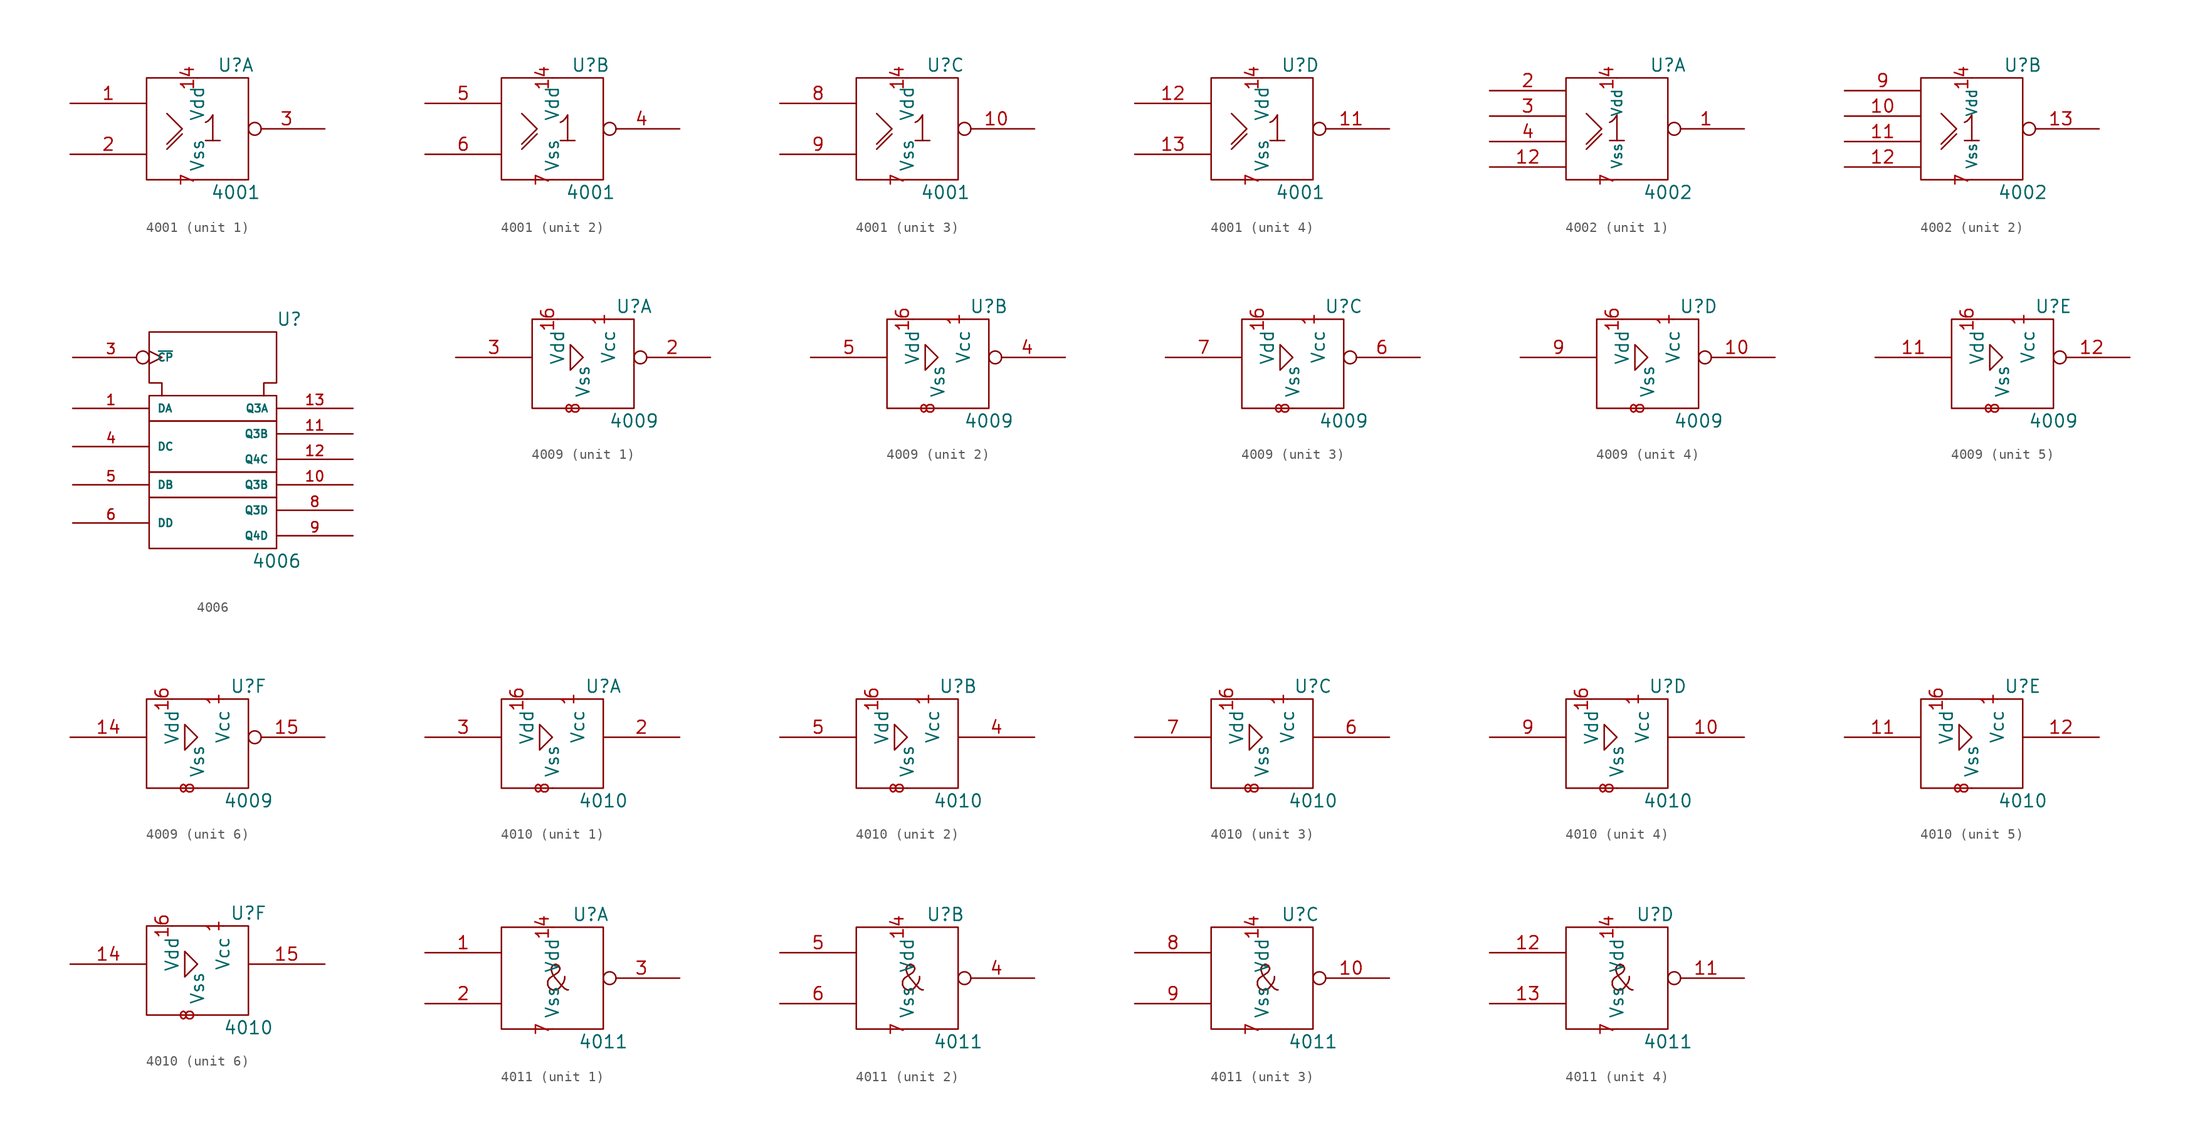
<source format=kicad_sym>
(kicad_symbol_lib
  (version 20201005)
  (generator kicad_symbol_editor)
  (symbol "4001"
    (pin_names
      (offset 0.762))
    (property "Reference" "U"
      (at 3.81 6.35 0)
      (effects (font (size 1.27 1.27))))
    (property "Value" "4001"
      (at 3.81 -6.35 0)
      (effects (font (size 1.27 1.27))))
    (symbol "4001_0_0"
      (text "1" (at 1.524 0 0) (effects (font (size 2.54 2.54))))
      (rectangle (start -5.08 5.08) (end 5.08 -5.08) (stroke (width 0)) (fill (type none)))
      (pin power_in line (at 0 5.08 270) (length 0) (name "Vdd" (effects (font (size 1.27 1.27)))) (number "14" (effects (font (size 1.27 1.27)))))
      (pin power_in line (at 0 -5.08 90) (length 0) (name "Vss" (effects (font (size 1.27 1.27)))) (number "7" (effects (font (size 1.27 1.27))))))
    (symbol "4001_0_1"
      (polyline (pts (xy -3.048 -2.032) (xy -1.524 -0.508) (xy -1.524 -0.508)) (stroke (width 0)) (fill (type none)))
      (polyline (pts (xy -3.048 1.524) (xy -1.524 0) (xy -3.048 -1.524) (xy -3.048 -1.524)) (stroke (width 0)) (fill (type none))))
    (symbol "4001_1_1"
      (pin input line (at -12.7 2.54 0) (length 7.62) (name "~" (effects (font (size 1.27 1.27)))) (number "1" (effects (font (size 1.27 1.27)))))
      (pin input line (at -12.7 -2.54 0) (length 7.62) (name "~" (effects (font (size 1.27 1.27)))) (number "2" (effects (font (size 1.27 1.27)))))
      (pin output inverted (at 12.7 0 180) (length 7.62) (name "~" (effects (font (size 1.27 1.27)))) (number "3" (effects (font (size 1.27 1.27))))))
    (symbol "4001_2_1"
      (pin output inverted (at 12.7 0 180) (length 7.62) (name "~" (effects (font (size 1.27 1.27)))) (number "4" (effects (font (size 1.27 1.27)))))
      (pin input line (at -12.7 2.54 0) (length 7.62) (name "~" (effects (font (size 1.27 1.27)))) (number "5" (effects (font (size 1.27 1.27)))))
      (pin input line (at -12.7 -2.54 0) (length 7.62) (name "~" (effects (font (size 1.27 1.27)))) (number "6" (effects (font (size 1.27 1.27))))))
    (symbol "4001_3_1"
      (pin output inverted (at 12.7 0 180) (length 7.62) (name "~" (effects (font (size 1.27 1.27)))) (number "10" (effects (font (size 1.27 1.27)))))
      (pin input line (at -12.7 2.54 0) (length 7.62) (name "~" (effects (font (size 1.27 1.27)))) (number "8" (effects (font (size 1.27 1.27)))))
      (pin input line (at -12.7 -2.54 0) (length 7.62) (name "~" (effects (font (size 1.27 1.27)))) (number "9" (effects (font (size 1.27 1.27))))))
    (symbol "4001_4_1"
      (pin output inverted (at 12.7 0 180) (length 7.62) (name "~" (effects (font (size 1.27 1.27)))) (number "11" (effects (font (size 1.27 1.27)))))
      (pin input line (at -12.7 2.54 0) (length 7.62) (name "~" (effects (font (size 1.27 1.27)))) (number "12" (effects (font (size 1.27 1.27)))))
      (pin input line (at -12.7 -2.54 0) (length 7.62) (name "~" (effects (font (size 1.27 1.27)))) (number "13" (effects (font (size 1.27 1.27)))))))
  (symbol "4002"
    (pin_names
      (offset 1.016))
    (property "Reference" "U"
      (at 5.08 6.35 0)
      (effects (font (size 1.27 1.27))))
    (property "Value" "4002"
      (at 5.08 -6.35 0)
      (effects (font (size 1.27 1.27))))
    (symbol "4002_0_0"
      (text "1" (at 0 0 0) (effects (font (size 2.54 2.54))))
      (polyline (pts (xy -3.048 -2.032) (xy -1.524 -0.508) (xy -1.524 -0.508)) (stroke (width 0)) (fill (type none)))
      (polyline (pts (xy -3.048 1.524) (xy -1.524 0) (xy -3.048 -1.524) (xy -3.048 -1.524)) (stroke (width 0)) (fill (type none))))
    (symbol "4002_0_1"
      (rectangle (start -5.08 5.08) (end 5.08 -5.08) (stroke (width 0)) (fill (type none)))
      (pin power_in line (at 0 5.08 270) (length 0) (name "Vdd" (effects (font (size 1.016 1.016)))) (number "14" (effects (font (size 1.27 1.27)))))
      (pin power_in line (at 0 -5.08 90) (length 0) (name "Vss" (effects (font (size 1.016 1.016)))) (number "7" (effects (font (size 1.27 1.27))))))
    (symbol "4002_1_1"
      (pin output inverted (at 12.7 0 180) (length 7.62) (name "~" (effects (font (size 1.27 1.27)))) (number "1" (effects (font (size 1.27 1.27)))))
      (pin power_in line (at -12.7 -3.81 0) (length 7.62) (name "~" (effects (font (size 1.016 1.016)))) (number "12" (effects (font (size 1.27 1.27)))))
      (pin input line (at -12.7 3.81 0) (length 7.62) (name "~" (effects (font (size 1.27 1.27)))) (number "2" (effects (font (size 1.27 1.27)))))
      (pin input line (at -12.7 1.27 0) (length 7.62) (name "~" (effects (font (size 1.27 1.27)))) (number "3" (effects (font (size 1.27 1.27)))))
      (pin input line (at -12.7 -1.27 0) (length 7.62) (name "~" (effects (font (size 1.27 1.27)))) (number "4" (effects (font (size 1.27 1.27))))))
    (symbol "4002_2_1"
      (pin input line (at -12.7 1.27 0) (length 7.62) (name "~" (effects (font (size 1.27 1.27)))) (number "10" (effects (font (size 1.27 1.27)))))
      (pin input line (at -12.7 -1.27 0) (length 7.62) (name "~" (effects (font (size 1.27 1.27)))) (number "11" (effects (font (size 1.27 1.27)))))
      (pin power_in line (at -12.7 -3.81 0) (length 7.62) (name "~" (effects (font (size 1.016 1.016)))) (number "12" (effects (font (size 1.27 1.27)))))
      (pin output inverted (at 12.7 0 180) (length 7.62) (name "~" (effects (font (size 1.27 1.27)))) (number "13" (effects (font (size 1.27 1.27)))))
      (pin input line (at -12.7 3.81 0) (length 7.62) (name "~" (effects (font (size 1.27 1.27)))) (number "9" (effects (font (size 1.27 1.27)))))))
  (symbol "4006"
    (pin_names
      (offset 0.762))
    (property "Reference" "U"
      (at 7.62 8.89 0)
      (effects (font (size 1.27 1.27))))
    (property "Value" "4006"
      (at 6.35 -15.24 0)
      (effects (font (size 1.27 1.27))))
    (symbol "4006_0_0"
      (rectangle (start -6.35 -8.89) (end 6.35 -13.97) (stroke (width 0)) (fill (type none)))
      (rectangle (start -6.35 -6.35) (end 6.35 -8.89) (stroke (width 0)) (fill (type none)))
      (rectangle (start -6.35 -1.27) (end 6.35 -6.35) (stroke (width 0)) (fill (type none)))
      (rectangle (start -6.35 1.27) (end 6.35 -1.27) (stroke (width 0)) (fill (type none)))
      (polyline (pts (xy -5.08 1.27) (xy -5.08 2.54) (xy -6.35 2.54) (xy -6.35 7.62) (xy 6.35 7.62) (xy 6.35 2.54) (xy 5.08 2.54) (xy 5.08 1.27) (xy 5.08 1.27)) (stroke (width 0)) (fill (type none))))
    (symbol "4006_0_1"
      (pin power_in line (at 0 7.62 270) (length 0) hide (name "Vdd" (effects (font (size 0.762 0.762)))) (number "14" (effects (font (size 1.016 1.016)))))
      (pin power_in line (at 5.08 7.62 270) (length 0) hide (name "Vss" (effects (font (size 0.762 0.762)))) (number "7" (effects (font (size 1.016 1.016))))))
    (symbol "4006_1_1"
      (pin input line (at -13.97 0 0) (length 7.62) (name "DA" (effects (font (size 0.762 0.762)))) (number "1" (effects (font (size 1.016 1.016)))))
      (pin output line (at 13.97 -7.62 180) (length 7.62) (name "Q3B" (effects (font (size 0.762 0.762)))) (number "10" (effects (font (size 1.016 1.016)))))
      (pin output line (at 13.97 -2.54 180) (length 7.62) (name "Q3B" (effects (font (size 0.762 0.762)))) (number "11" (effects (font (size 1.016 1.016)))))
      (pin output line (at 13.97 -5.08 180) (length 7.62) (name "Q4C" (effects (font (size 0.762 0.762)))) (number "12" (effects (font (size 1.016 1.016)))))
      (pin output line (at 13.97 0 180) (length 7.62) (name "Q3A" (effects (font (size 0.762 0.762)))) (number "13" (effects (font (size 1.016 1.016)))))
      (pin input inverted_clock (at -13.97 5.08 0) (length 7.62) (name "~CP" (effects (font (size 0.762 0.762)))) (number "3" (effects (font (size 1.016 1.016)))))
      (pin input line (at -13.97 -3.81 0) (length 7.62) (name "DC" (effects (font (size 0.762 0.762)))) (number "4" (effects (font (size 1.016 1.016)))))
      (pin input line (at -13.97 -7.62 0) (length 7.62) (name "DB" (effects (font (size 0.762 0.762)))) (number "5" (effects (font (size 1.016 1.016)))))
      (pin input line (at -13.97 -11.43 0) (length 7.62) (name "DD" (effects (font (size 0.762 0.762)))) (number "6" (effects (font (size 1.016 1.016)))))
      (pin output line (at 13.97 -10.16 180) (length 7.62) (name "Q3D" (effects (font (size 0.762 0.762)))) (number "8" (effects (font (size 1.016 1.016)))))
      (pin output line (at 13.97 -12.7 180) (length 7.62) (name "Q4D" (effects (font (size 0.762 0.762)))) (number "9" (effects (font (size 1.016 1.016)))))))
  (symbol "4009"
    (pin_names
      (offset 1.016))
    (property "Reference" "U"
      (at 5.08 5.08 0)
      (effects (font (size 1.27 1.27))))
    (property "Value" "4009"
      (at 5.08 -6.35 0)
      (effects (font (size 1.27 1.27))))
    (symbol "4009_0_0"
      (rectangle (start -5.08 3.81) (end 5.08 -5.08) (stroke (width 0)) (fill (type none)))
      (polyline (pts (xy -1.27 1.27) (xy -1.27 -1.27) (xy 0 0) (xy -1.27 1.27) (xy -1.27 1.27)) (stroke (width 0)) (fill (type none))))
    (symbol "4009_0_1"
      (pin power_in line (at 2.54 3.81 270) (length 0) (name "Vcc" (effects (font (size 1.27 1.27)))) (number "1" (effects (font (size 1.27 1.27)))))
      (pin power_in line (at -2.54 3.81 270) (length 0) (name "Vdd" (effects (font (size 1.27 1.27)))) (number "16" (effects (font (size 1.27 1.27)))))
      (pin power_in line (at 0 -5.08 90) (length 0) (name "Vss" (effects (font (size 1.27 1.27)))) (number "8" (effects (font (size 1.27 1.27))))))
    (symbol "4009_1_1"
      (pin output inverted (at 12.7 0 180) (length 7.62) (name "~" (effects (font (size 1.27 1.27)))) (number "2" (effects (font (size 1.27 1.27)))))
      (pin input line (at -12.7 0 0) (length 7.62) (name "~" (effects (font (size 1.27 1.27)))) (number "3" (effects (font (size 1.27 1.27))))))
    (symbol "4009_2_1"
      (pin output inverted (at 12.7 0 180) (length 7.62) (name "~" (effects (font (size 1.27 1.27)))) (number "4" (effects (font (size 1.27 1.27)))))
      (pin input line (at -12.7 0 0) (length 7.62) (name "~" (effects (font (size 1.27 1.27)))) (number "5" (effects (font (size 1.27 1.27))))))
    (symbol "4009_3_1"
      (pin output inverted (at 12.7 0 180) (length 7.62) (name "~" (effects (font (size 1.27 1.27)))) (number "6" (effects (font (size 1.27 1.27)))))
      (pin input line (at -12.7 0 0) (length 7.62) (name "~" (effects (font (size 1.27 1.27)))) (number "7" (effects (font (size 1.27 1.27))))))
    (symbol "4009_4_1"
      (pin output inverted (at 12.7 0 180) (length 7.62) (name "~" (effects (font (size 1.27 1.27)))) (number "10" (effects (font (size 1.27 1.27)))))
      (pin input line (at -12.7 0 0) (length 7.62) (name "~" (effects (font (size 1.27 1.27)))) (number "9" (effects (font (size 1.27 1.27))))))
    (symbol "4009_5_1"
      (pin input line (at -12.7 0 0) (length 7.62) (name "~" (effects (font (size 1.27 1.27)))) (number "11" (effects (font (size 1.27 1.27)))))
      (pin output inverted (at 12.7 0 180) (length 7.62) (name "~" (effects (font (size 1.27 1.27)))) (number "12" (effects (font (size 1.27 1.27))))))
    (symbol "4009_6_1"
      (pin input line (at -12.7 0 0) (length 7.62) (name "~" (effects (font (size 1.27 1.27)))) (number "14" (effects (font (size 1.27 1.27)))))
      (pin output inverted (at 12.7 0 180) (length 7.62) (name "~" (effects (font (size 1.27 1.27)))) (number "15" (effects (font (size 1.27 1.27)))))))
  (symbol "4010"
    (pin_names
      (offset 1.016))
    (property "Reference" "U"
      (at 5.08 5.08 0)
      (effects (font (size 1.27 1.27))))
    (property "Value" "4010"
      (at 5.08 -6.35 0)
      (effects (font (size 1.27 1.27))))
    (symbol "4010_0_0"
      (rectangle (start -5.08 3.81) (end 5.08 -5.08) (stroke (width 0)) (fill (type none)))
      (polyline (pts (xy -1.27 1.27) (xy -1.27 -1.27) (xy 0 0) (xy -1.27 1.27) (xy -1.27 1.27)) (stroke (width 0)) (fill (type none))))
    (symbol "4010_0_1"
      (pin power_in line (at 2.54 3.81 270) (length 0) (name "Vcc" (effects (font (size 1.27 1.27)))) (number "1" (effects (font (size 1.27 1.27)))))
      (pin power_in line (at -2.54 3.81 270) (length 0) (name "Vdd" (effects (font (size 1.27 1.27)))) (number "16" (effects (font (size 1.27 1.27)))))
      (pin power_in line (at 0 -5.08 90) (length 0) (name "Vss" (effects (font (size 1.27 1.27)))) (number "8" (effects (font (size 1.27 1.27))))))
    (symbol "4010_1_1"
      (pin output line (at 12.7 0 180) (length 7.62) (name "~" (effects (font (size 1.27 1.27)))) (number "2" (effects (font (size 1.27 1.27)))))
      (pin input line (at -12.7 0 0) (length 7.62) (name "~" (effects (font (size 1.27 1.27)))) (number "3" (effects (font (size 1.27 1.27))))))
    (symbol "4010_2_1"
      (pin output line (at 12.7 0 180) (length 7.62) (name "~" (effects (font (size 1.27 1.27)))) (number "4" (effects (font (size 1.27 1.27)))))
      (pin input line (at -12.7 0 0) (length 7.62) (name "~" (effects (font (size 1.27 1.27)))) (number "5" (effects (font (size 1.27 1.27))))))
    (symbol "4010_3_1"
      (pin output line (at 12.7 0 180) (length 7.62) (name "~" (effects (font (size 1.27 1.27)))) (number "6" (effects (font (size 1.27 1.27)))))
      (pin input line (at -12.7 0 0) (length 7.62) (name "~" (effects (font (size 1.27 1.27)))) (number "7" (effects (font (size 1.27 1.27))))))
    (symbol "4010_4_1"
      (pin output line (at 12.7 0 180) (length 7.62) (name "~" (effects (font (size 1.27 1.27)))) (number "10" (effects (font (size 1.27 1.27)))))
      (pin input line (at -12.7 0 0) (length 7.62) (name "~" (effects (font (size 1.27 1.27)))) (number "9" (effects (font (size 1.27 1.27))))))
    (symbol "4010_5_1"
      (pin input line (at -12.7 0 0) (length 7.62) (name "~" (effects (font (size 1.27 1.27)))) (number "11" (effects (font (size 1.27 1.27)))))
      (pin output line (at 12.7 0 180) (length 7.62) (name "~" (effects (font (size 1.27 1.27)))) (number "12" (effects (font (size 1.27 1.27))))))
    (symbol "4010_6_1"
      (pin input line (at -12.7 0 0) (length 7.62) (name "~" (effects (font (size 1.27 1.27)))) (number "14" (effects (font (size 1.27 1.27)))))
      (pin output line (at 12.7 0 180) (length 7.62) (name "~" (effects (font (size 1.27 1.27)))) (number "15" (effects (font (size 1.27 1.27)))))))
  (symbol "4011"
    (pin_names
      (offset 1.016))
    (property "Reference" "U"
      (at 3.81 6.35 0)
      (effects (font (size 1.27 1.27))))
    (property "Value" "4011"
      (at 5.08 -6.35 0)
      (effects (font (size 1.27 1.27))))
    (symbol "4011_0_0"
      (text "&" (at 0.508 0 0) (effects (font (size 2.54 2.54))))
      (rectangle (start -5.08 5.08) (end 5.08 -5.08) (stroke (width 0)) (fill (type none))))
    (symbol "4011_0_1"
      (pin power_in line (at 0 5.08 270) (length 0) (name "Vdd" (effects (font (size 1.27 1.27)))) (number "14" (effects (font (size 1.27 1.27)))))
      (pin power_in line (at 0 -5.08 90) (length 0) (name "Vss" (effects (font (size 1.27 1.27)))) (number "7" (effects (font (size 1.27 1.27))))))
    (symbol "4011_1_1"
      (pin input line (at -12.7 2.54 0) (length 7.62) (name "~" (effects (font (size 1.27 1.27)))) (number "1" (effects (font (size 1.27 1.27)))))
      (pin input line (at -12.7 -2.54 0) (length 7.62) (name "~" (effects (font (size 1.27 1.27)))) (number "2" (effects (font (size 1.27 1.27)))))
      (pin output inverted (at 12.7 0 180) (length 7.62) (name "~" (effects (font (size 1.27 1.27)))) (number "3" (effects (font (size 1.27 1.27))))))
    (symbol "4011_2_1"
      (pin output inverted (at 12.7 0 180) (length 7.62) (name "~" (effects (font (size 1.27 1.27)))) (number "4" (effects (font (size 1.27 1.27)))))
      (pin input line (at -12.7 2.54 0) (length 7.62) (name "~" (effects (font (size 1.27 1.27)))) (number "5" (effects (font (size 1.27 1.27)))))
      (pin input line (at -12.7 -2.54 0) (length 7.62) (name "~" (effects (font (size 1.27 1.27)))) (number "6" (effects (font (size 1.27 1.27))))))
    (symbol "4011_3_1"
      (pin output inverted (at 12.7 0 180) (length 7.62) (name "~" (effects (font (size 1.27 1.27)))) (number "10" (effects (font (size 1.27 1.27)))))
      (pin input line (at -12.7 2.54 0) (length 7.62) (name "~" (effects (font (size 1.27 1.27)))) (number "8" (effects (font (size 1.27 1.27)))))
      (pin input line (at -12.7 -2.54 0) (length 7.62) (name "~" (effects (font (size 1.27 1.27)))) (number "9" (effects (font (size 1.27 1.27))))))
    (symbol "4011_4_1"
      (pin output inverted (at 12.7 0 180) (length 7.62) (name "~" (effects (font (size 1.27 1.27)))) (number "11" (effects (font (size 1.27 1.27)))))
      (pin input line (at -12.7 2.54 0) (length 7.62) (name "~" (effects (font (size 1.27 1.27)))) (number "12" (effects (font (size 1.27 1.27)))))
      (pin input line (at -12.7 -2.54 0) (length 7.62) (name "~" (effects (font (size 1.27 1.27)))) (number "13" (effects (font (size 1.27 1.27))))))))
</source>
